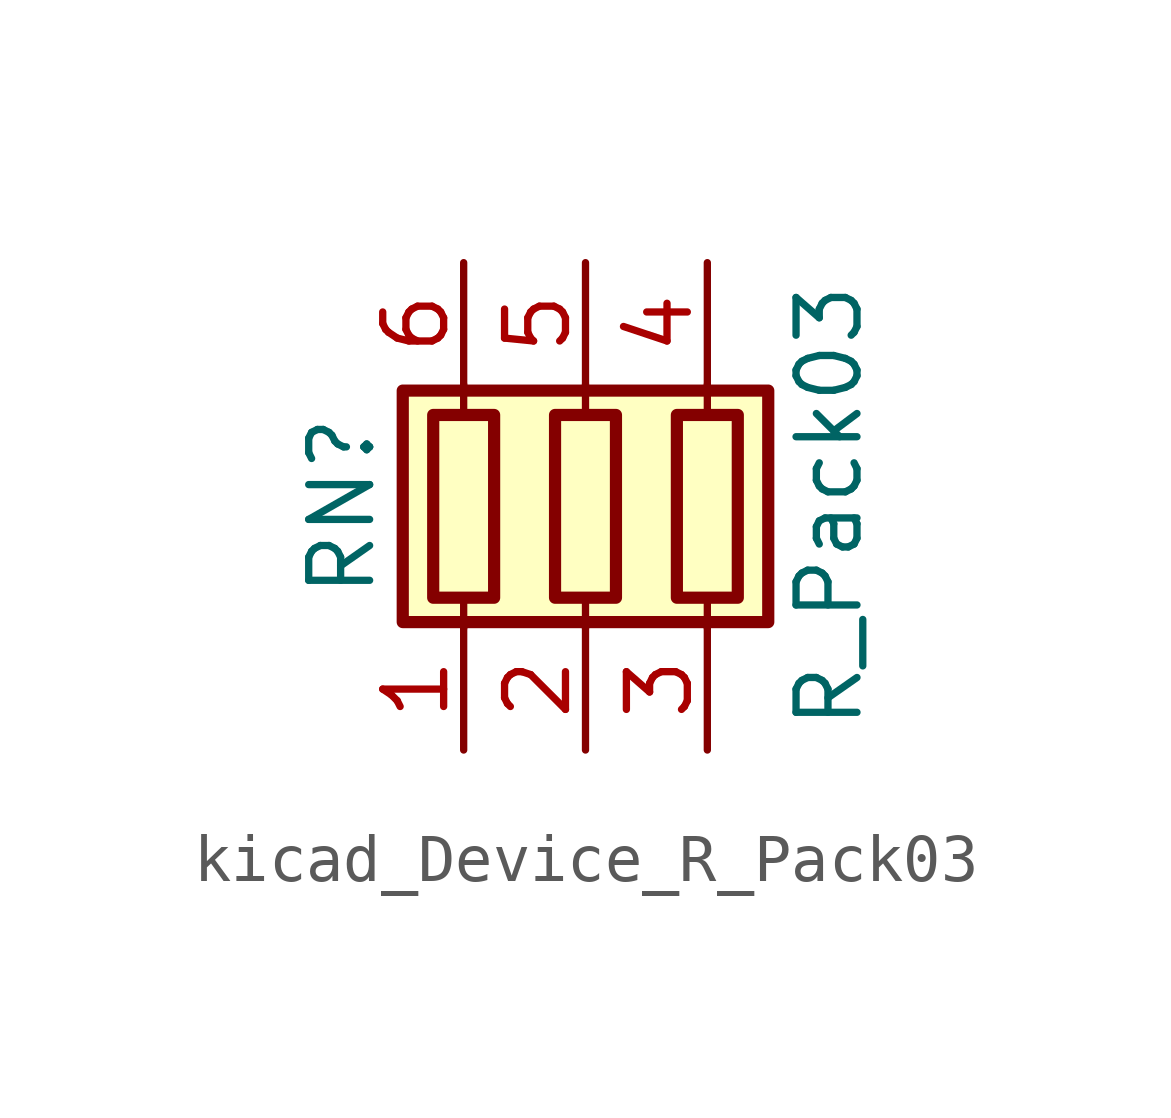
<source format=kicad_sym>
(kicad_symbol_lib
  (version 20220914)
  (generator kicad_symbol_editor)
  (symbol "kicad_Device_R_Pack03"
    (pin_names
      (offset 0) hide)
    (property "Reference" "RN"
      (at -5.08 0 90)
      (effects (font (size 1.27 1.27))))
    (property "Value" "R_Pack03"
      (at 5.08 0 90)
      (effects (font (size 1.27 1.27))))
    (symbol "kicad_Device_R_Pack03_0_1"
      (rectangle (start -3.81 -2.413) (end 3.81 2.413) (stroke (width 0.254) (type default)) (fill (type background)))
      (rectangle (start -3.175 1.905) (end -1.905 -1.905) (stroke (width 0.254) (type default)) (fill (type none)))
      (rectangle (start -0.635 1.905) (end 0.635 -1.905) (stroke (width 0.254) (type default)) (fill (type none)))
      (polyline (pts (xy -2.54 -2.54) (xy -2.54 -1.905)) (stroke (width 0) (type default)) (fill (type none)))
      (polyline (pts (xy -2.54 1.905) (xy -2.54 2.54)) (stroke (width 0) (type default)) (fill (type none)))
      (polyline (pts (xy 0 -2.54) (xy 0 -1.905)) (stroke (width 0) (type default)) (fill (type none)))
      (polyline (pts (xy 0 1.905) (xy 0 2.54)) (stroke (width 0) (type default)) (fill (type none)))
      (polyline (pts (xy 2.54 -2.54) (xy 2.54 -1.905)) (stroke (width 0) (type default)) (fill (type none)))
      (polyline (pts (xy 2.54 1.905) (xy 2.54 2.54)) (stroke (width 0) (type default)) (fill (type none)))
      (rectangle (start 1.905 1.905) (end 3.175 -1.905) (stroke (width 0.254) (type default)) (fill (type none))))
    (symbol "kicad_Device_R_Pack03_1_1"
      (pin passive line (at -2.54 -5.08 90) (length 2.54) (name "R1.1" (effects (font (size 1.27 1.27)))) (number "1" (effects (font (size 1.27 1.27)))))
      (pin passive line (at 0 -5.08 90) (length 2.54) (name "R2.1" (effects (font (size 1.27 1.27)))) (number "2" (effects (font (size 1.27 1.27)))))
      (pin passive line (at 2.54 -5.08 90) (length 2.54) (name "R3.1" (effects (font (size 1.27 1.27)))) (number "3" (effects (font (size 1.27 1.27)))))
      (pin passive line (at 2.54 5.08 270) (length 2.54) (name "R3.2" (effects (font (size 1.27 1.27)))) (number "4" (effects (font (size 1.27 1.27)))))
      (pin passive line (at 0 5.08 270) (length 2.54) (name "R2.2" (effects (font (size 1.27 1.27)))) (number "5" (effects (font (size 1.27 1.27)))))
      (pin passive line (at -2.54 5.08 270) (length 2.54) (name "R1.2" (effects (font (size 1.27 1.27)))) (number "6" (effects (font (size 1.27 1.27))))))))
</source>
